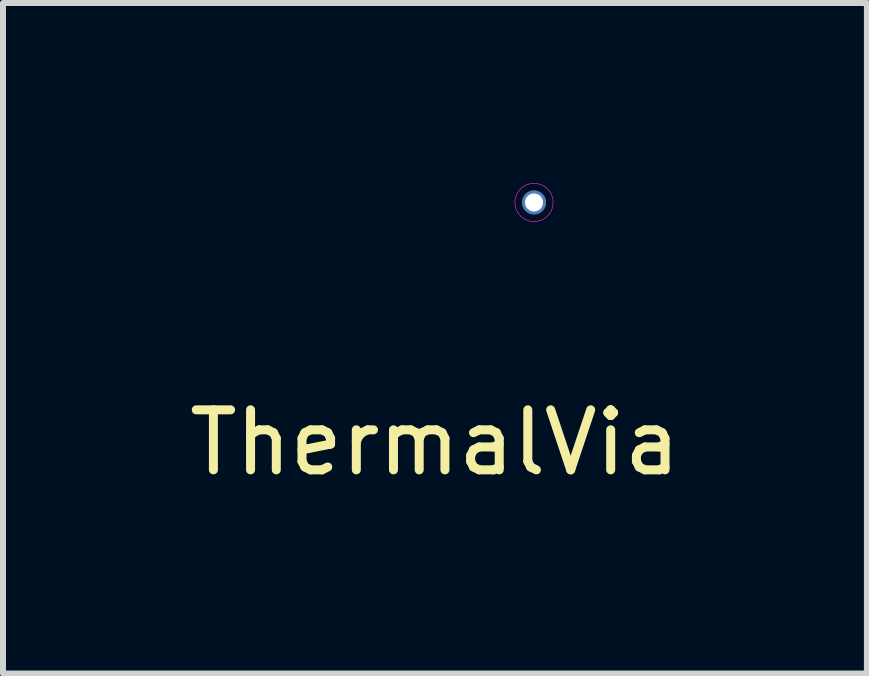
<source format=kicad_pcb>
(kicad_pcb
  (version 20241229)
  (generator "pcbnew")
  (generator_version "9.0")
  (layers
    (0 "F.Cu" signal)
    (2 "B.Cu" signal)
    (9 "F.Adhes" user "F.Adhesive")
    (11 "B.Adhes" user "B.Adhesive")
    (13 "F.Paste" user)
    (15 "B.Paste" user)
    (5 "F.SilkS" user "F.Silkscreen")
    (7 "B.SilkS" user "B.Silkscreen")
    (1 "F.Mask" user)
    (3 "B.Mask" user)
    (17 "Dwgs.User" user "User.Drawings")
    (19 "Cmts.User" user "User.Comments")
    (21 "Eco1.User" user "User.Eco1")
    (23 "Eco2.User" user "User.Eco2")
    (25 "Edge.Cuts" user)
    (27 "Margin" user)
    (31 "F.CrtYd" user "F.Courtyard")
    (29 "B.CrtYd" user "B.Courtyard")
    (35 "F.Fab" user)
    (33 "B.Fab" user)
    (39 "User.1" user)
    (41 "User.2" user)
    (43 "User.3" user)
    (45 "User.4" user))
  (footprint "ThermalVia"
    (layer "F.Cu")
    (at 5.847 0.323)
    (property "Reference" "ThermalVia" (at -1.651 4 0) (layer "F.SilkS") (effects (font (size 1 1) (thickness 0.15))))
    (attr through_hole)
    (fp_circle (center 0 0) (end 0.09 0) (stroke (width 0.178) (type solid)) (fill no) (layer "F.Paste"))
    (fp_circle (center 0 0) (end 0.318 0) (stroke (width 0.01) (type solid)) (fill no) (layer "F.CrtYd"))
    (pad "~" thru_hole circle (at 0 0) (size 0.4 0.4) (drill 0.3) (layers "*.Cu" "F.Mask")))
  (gr_rect
    (start -3 -3)
    (end 11.393 8.171)
    (stroke (width 0.1) (type default))
    (fill no)
    (layer "Edge.Cuts")))
</source>
